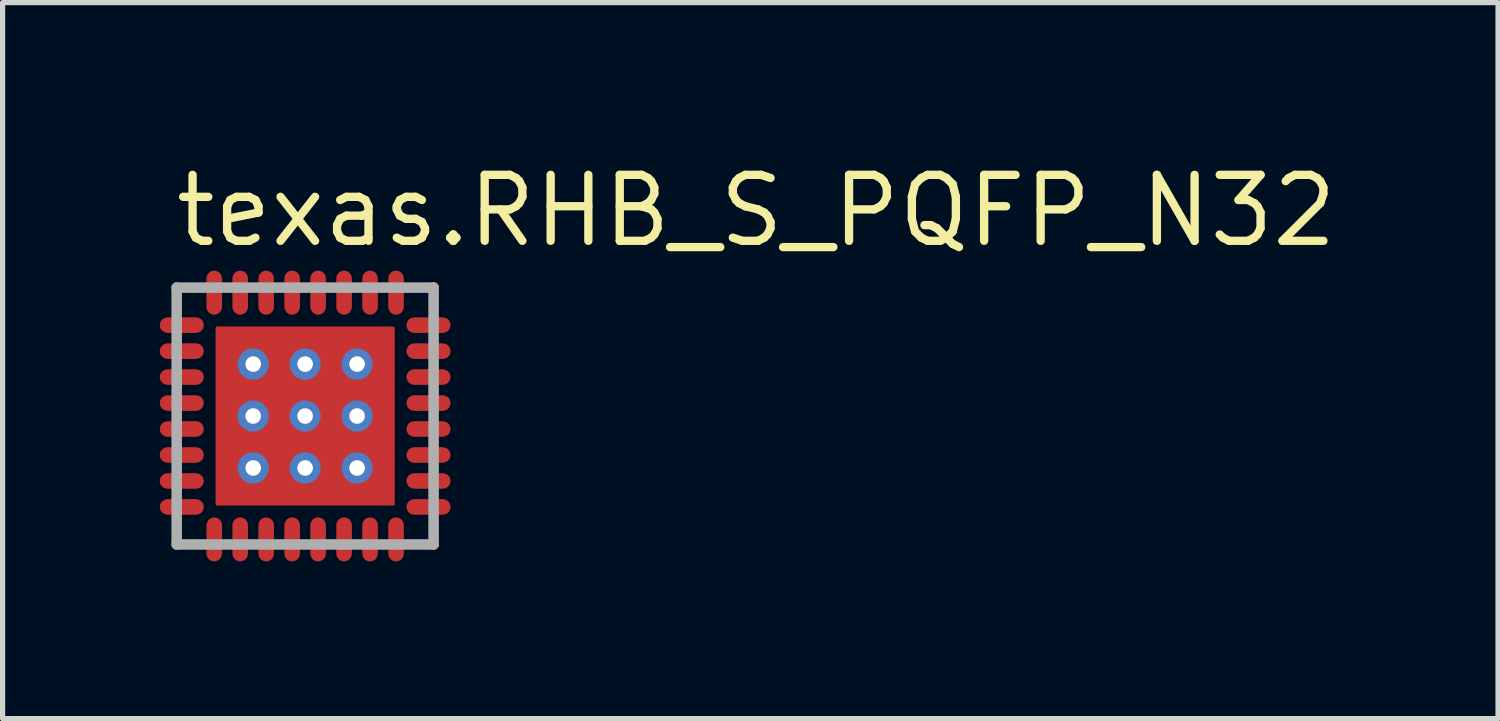
<source format=kicad_pcb>
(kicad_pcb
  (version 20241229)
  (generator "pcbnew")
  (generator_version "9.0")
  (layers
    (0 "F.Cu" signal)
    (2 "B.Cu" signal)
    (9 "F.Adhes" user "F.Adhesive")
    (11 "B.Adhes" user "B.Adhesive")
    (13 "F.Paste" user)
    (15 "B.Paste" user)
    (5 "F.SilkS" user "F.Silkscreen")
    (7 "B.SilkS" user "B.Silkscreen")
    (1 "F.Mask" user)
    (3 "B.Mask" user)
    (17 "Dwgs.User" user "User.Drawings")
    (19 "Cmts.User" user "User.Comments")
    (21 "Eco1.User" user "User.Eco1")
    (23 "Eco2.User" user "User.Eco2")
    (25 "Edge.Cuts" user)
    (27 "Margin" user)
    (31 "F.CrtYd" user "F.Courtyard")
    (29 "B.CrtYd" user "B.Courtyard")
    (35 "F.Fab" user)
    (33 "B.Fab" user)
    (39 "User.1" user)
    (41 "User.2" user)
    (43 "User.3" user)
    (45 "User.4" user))
  (footprint "texas.RHB_S_PQFP_N32"
    (layer "F.Cu")
    (at 2.825 4.96)
    (property "Reference" "texas.RHB_S_PQFP_N32" (at -2.575 -3.21 0) (layer "F.SilkS") (effects (font (size 1.27 1.27) (thickness 0.16)) (justify left bottom)))
    (attr smd)
    (fp_line (start -2.65 -1.75) (end -2.1 -1.75) (stroke (width 0.35) (type default)) (layer "F.Mask"))
    (fp_line (start -2.65 -1.25) (end -2.1 -1.25) (stroke (width 0.35) (type default)) (layer "F.Mask"))
    (fp_line (start -2.65 -0.75) (end -2.1 -0.75) (stroke (width 0.35) (type default)) (layer "F.Mask"))
    (fp_line (start -2.65 -0.25) (end -2.1 -0.25) (stroke (width 0.35) (type default)) (layer "F.Mask"))
    (fp_line (start -2.65 0.25) (end -2.1 0.25) (stroke (width 0.35) (type default)) (layer "F.Mask"))
    (fp_line (start -2.65 0.75) (end -2.1 0.75) (stroke (width 0.35) (type default)) (layer "F.Mask"))
    (fp_line (start -2.65 1.25) (end -2.1 1.25) (stroke (width 0.35) (type default)) (layer "F.Mask"))
    (fp_line (start -2.65 1.75) (end -2.1 1.75) (stroke (width 0.35) (type default)) (layer "F.Mask"))
    (fp_line (start -1.75 -2.65) (end -1.75 -2.1) (stroke (width 0.35) (type default)) (layer "F.Mask"))
    (fp_line (start -1.75 2.65) (end -1.75 2.1) (stroke (width 0.35) (type default)) (layer "F.Mask"))
    (fp_line (start -1.25 -2.65) (end -1.25 -2.1) (stroke (width 0.35) (type default)) (layer "F.Mask"))
    (fp_line (start -1.25 2.65) (end -1.25 2.1) (stroke (width 0.35) (type default)) (layer "F.Mask"))
    (fp_line (start -0.75 -2.65) (end -0.75 -2.1) (stroke (width 0.35) (type default)) (layer "F.Mask"))
    (fp_line (start -0.75 2.65) (end -0.75 2.1) (stroke (width 0.35) (type default)) (layer "F.Mask"))
    (fp_line (start -0.25 -2.65) (end -0.25 -2.1) (stroke (width 0.35) (type default)) (layer "F.Mask"))
    (fp_line (start -0.25 2.65) (end -0.25 2.1) (stroke (width 0.35) (type default)) (layer "F.Mask"))
    (fp_line (start 0.25 -2.65) (end 0.25 -2.1) (stroke (width 0.35) (type default)) (layer "F.Mask"))
    (fp_line (start 0.25 2.65) (end 0.25 2.1) (stroke (width 0.35) (type default)) (layer "F.Mask"))
    (fp_line (start 0.75 -2.65) (end 0.75 -2.1) (stroke (width 0.35) (type default)) (layer "F.Mask"))
    (fp_line (start 0.75 2.65) (end 0.75 2.1) (stroke (width 0.35) (type default)) (layer "F.Mask"))
    (fp_line (start 1.25 -2.65) (end 1.25 -2.1) (stroke (width 0.35) (type default)) (layer "F.Mask"))
    (fp_line (start 1.25 2.65) (end 1.25 2.1) (stroke (width 0.35) (type default)) (layer "F.Mask"))
    (fp_line (start 1.75 -2.65) (end 1.75 -2.1) (stroke (width 0.35) (type default)) (layer "F.Mask"))
    (fp_line (start 1.75 2.65) (end 1.75 2.1) (stroke (width 0.35) (type default)) (layer "F.Mask"))
    (fp_line (start 2.65 -1.75) (end 2.1 -1.75) (stroke (width 0.35) (type default)) (layer "F.Mask"))
    (fp_line (start 2.65 -1.25) (end 2.1 -1.25) (stroke (width 0.35) (type default)) (layer "F.Mask"))
    (fp_line (start 2.65 -0.75) (end 2.1 -0.75) (stroke (width 0.35) (type default)) (layer "F.Mask"))
    (fp_line (start 2.65 -0.25) (end 2.1 -0.25) (stroke (width 0.35) (type default)) (layer "F.Mask"))
    (fp_line (start 2.65 0.25) (end 2.1 0.25) (stroke (width 0.35) (type default)) (layer "F.Mask"))
    (fp_line (start 2.65 0.75) (end 2.1 0.75) (stroke (width 0.35) (type default)) (layer "F.Mask"))
    (fp_line (start 2.65 1.25) (end 2.1 1.25) (stroke (width 0.35) (type default)) (layer "F.Mask"))
    (fp_line (start 2.65 1.75) (end 2.1 1.75) (stroke (width 0.35) (type default)) (layer "F.Mask"))
    (fp_rect (start -1.75 1.75) (end 1.75 -1.75) (stroke (width 0.05) (type default)) (fill yes) (layer "F.Mask"))
    (fp_line (start -2.65 -1.75) (end -2.1 -1.75) (stroke (width 0.28) (type default)) (layer "F.Paste"))
    (fp_line (start -2.65 -1.25) (end -2.1 -1.25) (stroke (width 0.28) (type default)) (layer "F.Paste"))
    (fp_line (start -2.65 -0.75) (end -2.1 -0.75) (stroke (width 0.28) (type default)) (layer "F.Paste"))
    (fp_line (start -2.65 -0.25) (end -2.1 -0.25) (stroke (width 0.28) (type default)) (layer "F.Paste"))
    (fp_line (start -2.65 0.25) (end -2.1 0.25) (stroke (width 0.28) (type default)) (layer "F.Paste"))
    (fp_line (start -2.65 0.75) (end -2.1 0.75) (stroke (width 0.28) (type default)) (layer "F.Paste"))
    (fp_line (start -2.65 1.25) (end -2.1 1.25) (stroke (width 0.28) (type default)) (layer "F.Paste"))
    (fp_line (start -2.65 1.75) (end -2.1 1.75) (stroke (width 0.28) (type default)) (layer "F.Paste"))
    (fp_line (start -1.75 -2.65) (end -1.75 -2.1) (stroke (width 0.28) (type default)) (layer "F.Paste"))
    (fp_line (start -1.75 2.65) (end -1.75 2.1) (stroke (width 0.28) (type default)) (layer "F.Paste"))
    (fp_line (start -1.25 -2.65) (end -1.25 -2.1) (stroke (width 0.28) (type default)) (layer "F.Paste"))
    (fp_line (start -1.25 2.65) (end -1.25 2.1) (stroke (width 0.28) (type default)) (layer "F.Paste"))
    (fp_line (start -0.75 -2.65) (end -0.75 -2.1) (stroke (width 0.28) (type default)) (layer "F.Paste"))
    (fp_line (start -0.75 2.65) (end -0.75 2.1) (stroke (width 0.28) (type default)) (layer "F.Paste"))
    (fp_line (start -0.25 -2.65) (end -0.25 -2.1) (stroke (width 0.28) (type default)) (layer "F.Paste"))
    (fp_line (start -0.25 2.65) (end -0.25 2.1) (stroke (width 0.28) (type default)) (layer "F.Paste"))
    (fp_line (start 0.25 -2.65) (end 0.25 -2.1) (stroke (width 0.28) (type default)) (layer "F.Paste"))
    (fp_line (start 0.25 2.65) (end 0.25 2.1) (stroke (width 0.28) (type default)) (layer "F.Paste"))
    (fp_line (start 0.75 -2.65) (end 0.75 -2.1) (stroke (width 0.28) (type default)) (layer "F.Paste"))
    (fp_line (start 0.75 2.65) (end 0.75 2.1) (stroke (width 0.28) (type default)) (layer "F.Paste"))
    (fp_line (start 1.25 -2.65) (end 1.25 -2.1) (stroke (width 0.28) (type default)) (layer "F.Paste"))
    (fp_line (start 1.25 2.65) (end 1.25 2.1) (stroke (width 0.28) (type default)) (layer "F.Paste"))
    (fp_line (start 1.75 -2.65) (end 1.75 -2.1) (stroke (width 0.28) (type default)) (layer "F.Paste"))
    (fp_line (start 1.75 2.65) (end 1.75 2.1) (stroke (width 0.28) (type default)) (layer "F.Paste"))
    (fp_line (start 2.65 -1.75) (end 2.1 -1.75) (stroke (width 0.28) (type default)) (layer "F.Paste"))
    (fp_line (start 2.65 -1.25) (end 2.1 -1.25) (stroke (width 0.28) (type default)) (layer "F.Paste"))
    (fp_line (start 2.65 -0.75) (end 2.1 -0.75) (stroke (width 0.28) (type default)) (layer "F.Paste"))
    (fp_line (start 2.65 -0.25) (end 2.1 -0.25) (stroke (width 0.28) (type default)) (layer "F.Paste"))
    (fp_line (start 2.65 0.25) (end 2.1 0.25) (stroke (width 0.28) (type default)) (layer "F.Paste"))
    (fp_line (start 2.65 0.75) (end 2.1 0.75) (stroke (width 0.28) (type default)) (layer "F.Paste"))
    (fp_line (start 2.65 1.25) (end 2.1 1.25) (stroke (width 0.28) (type default)) (layer "F.Paste"))
    (fp_line (start 2.65 1.75) (end 2.1 1.75) (stroke (width 0.28) (type default)) (layer "F.Paste"))
    (fp_rect (start -1.6 -0.15) (end -0.15 -1.6) (stroke (width 0.05) (type default)) (fill yes) (layer "F.Paste"))
    (fp_rect (start -1.6 1.6) (end -0.15 0.15) (stroke (width 0.05) (type default)) (fill yes) (layer "F.Paste"))
    (fp_rect (start 0.15 -0.15) (end 1.6 -1.6) (stroke (width 0.05) (type default)) (fill yes) (layer "F.Paste"))
    (fp_rect (start 0.15 1.6) (end 1.6 0.15) (stroke (width 0.05) (type default)) (fill yes) (layer "F.Paste"))
    (fp_line (start -2.473 -2.473) (end -2.473 2.473) (stroke (width 0.203) (type default)) (layer "F.Fab"))
    (fp_line (start -2.473 2.473) (end 2.473 2.473) (stroke (width 0.203) (type default)) (layer "F.Fab"))
    (fp_line (start 2.473 -2.473) (end -2.473 -2.473) (stroke (width 0.203) (type default)) (layer "F.Fab"))
    (fp_line (start 2.473 2.473) (end 2.473 -2.473) (stroke (width 0.203) (type default)) (layer "F.Fab"))
    (pad "1" smd roundrect (at -2.375 -1.75) (size 0.85 0.3) (layers "F.Cu" "F.Mask" "F.Paste") (roundrect_rratio 0.5))
    (pad "2" smd roundrect (at -2.375 -1.25) (size 0.85 0.3) (layers "F.Cu" "F.Mask" "F.Paste") (roundrect_rratio 0.5))
    (pad "3" smd roundrect (at -2.375 -0.75) (size 0.85 0.3) (layers "F.Cu" "F.Mask" "F.Paste") (roundrect_rratio 0.5))
    (pad "4" smd roundrect (at -2.375 -0.25) (size 0.85 0.3) (layers "F.Cu" "F.Mask" "F.Paste") (roundrect_rratio 0.5))
    (pad "5" smd roundrect (at -2.375 0.25) (size 0.85 0.3) (layers "F.Cu" "F.Mask" "F.Paste") (roundrect_rratio 0.5))
    (pad "6" smd roundrect (at -2.375 0.75) (size 0.85 0.3) (layers "F.Cu" "F.Mask" "F.Paste") (roundrect_rratio 0.5))
    (pad "7" smd roundrect (at -2.375 1.25) (size 0.85 0.3) (layers "F.Cu" "F.Mask" "F.Paste") (roundrect_rratio 0.5))
    (pad "8" smd roundrect (at -2.375 1.75) (size 0.85 0.3) (layers "F.Cu" "F.Mask" "F.Paste") (roundrect_rratio 0.5))
    (pad "9" smd roundrect (at -1.75 2.375) (size 0.3 0.85) (layers "F.Cu" "F.Mask" "F.Paste") (roundrect_rratio 0.5))
    (pad "10" smd roundrect (at -1.25 2.375) (size 0.3 0.85) (layers "F.Cu" "F.Mask" "F.Paste") (roundrect_rratio 0.5))
    (pad "11" smd roundrect (at -0.75 2.375) (size 0.3 0.85) (layers "F.Cu" "F.Mask" "F.Paste") (roundrect_rratio 0.5))
    (pad "12" smd roundrect (at -0.25 2.375) (size 0.3 0.85) (layers "F.Cu" "F.Mask" "F.Paste") (roundrect_rratio 0.5))
    (pad "13" smd roundrect (at 0.25 2.375) (size 0.3 0.85) (layers "F.Cu" "F.Mask" "F.Paste") (roundrect_rratio 0.5))
    (pad "14" smd roundrect (at 0.75 2.375) (size 0.3 0.85) (layers "F.Cu" "F.Mask" "F.Paste") (roundrect_rratio 0.5))
    (pad "15" smd roundrect (at 1.25 2.375) (size 0.3 0.85) (layers "F.Cu" "F.Mask" "F.Paste") (roundrect_rratio 0.5))
    (pad "16" smd roundrect (at 1.75 2.375) (size 0.3 0.85) (layers "F.Cu" "F.Mask" "F.Paste") (roundrect_rratio 0.5))
    (pad "17" smd roundrect (at 2.375 1.75) (size 0.85 0.3) (layers "F.Cu" "F.Mask" "F.Paste") (roundrect_rratio 0.5))
    (pad "18" smd roundrect (at 2.375 1.25) (size 0.85 0.3) (layers "F.Cu" "F.Mask" "F.Paste") (roundrect_rratio 0.5))
    (pad "19" smd roundrect (at 2.375 0.75) (size 0.85 0.3) (layers "F.Cu" "F.Mask" "F.Paste") (roundrect_rratio 0.5))
    (pad "20" smd roundrect (at 2.375 0.25) (size 0.85 0.3) (layers "F.Cu" "F.Mask" "F.Paste") (roundrect_rratio 0.5))
    (pad "21" smd roundrect (at 2.375 -0.25) (size 0.85 0.3) (layers "F.Cu" "F.Mask" "F.Paste") (roundrect_rratio 0.5))
    (pad "22" smd roundrect (at 2.375 -0.75) (size 0.85 0.3) (layers "F.Cu" "F.Mask" "F.Paste") (roundrect_rratio 0.5))
    (pad "23" smd roundrect (at 2.375 -1.25) (size 0.85 0.3) (layers "F.Cu" "F.Mask" "F.Paste") (roundrect_rratio 0.5))
    (pad "24" smd roundrect (at 2.375 -1.75) (size 0.85 0.3) (layers "F.Cu" "F.Mask" "F.Paste") (roundrect_rratio 0.5))
    (pad "25" smd roundrect (at 1.75 -2.375) (size 0.3 0.85) (layers "F.Cu" "F.Mask" "F.Paste") (roundrect_rratio 0.5))
    (pad "26" smd roundrect (at 1.25 -2.375) (size 0.3 0.85) (layers "F.Cu" "F.Mask" "F.Paste") (roundrect_rratio 0.5))
    (pad "27" smd roundrect (at 0.75 -2.375) (size 0.3 0.85) (layers "F.Cu" "F.Mask" "F.Paste") (roundrect_rratio 0.5))
    (pad "28" smd roundrect (at 0.25 -2.375) (size 0.3 0.85) (layers "F.Cu" "F.Mask" "F.Paste") (roundrect_rratio 0.5))
    (pad "29" smd roundrect (at -0.25 -2.375) (size 0.3 0.85) (layers "F.Cu" "F.Mask" "F.Paste") (roundrect_rratio 0.5))
    (pad "30" smd roundrect (at -0.75 -2.375) (size 0.3 0.85) (layers "F.Cu" "F.Mask" "F.Paste") (roundrect_rratio 0.5))
    (pad "31" smd roundrect (at -1.25 -2.375) (size 0.3 0.85) (layers "F.Cu" "F.Mask" "F.Paste") (roundrect_rratio 0.5))
    (pad "32" smd roundrect (at -1.75 -2.375) (size 0.3 0.85) (layers "F.Cu" "F.Mask" "F.Paste") (roundrect_rratio 0.5))
    (pad "EXP" smd roundrect (at 0 0) (size 3.45 3.45) (layers "F.Cu" "F.Mask" "F.Paste") (roundrect_rratio 0.01))
    (pad "EXP@1" thru_hole circle (at -1 -1) (size 0.6 0.6) (drill 0.3) (layers "*.Cu" "*.Mask"))
    (pad "EXP@2" thru_hole circle (at 0 -1) (size 0.6 0.6) (drill 0.3) (layers "*.Cu" "*.Mask"))
    (pad "EXP@3" thru_hole circle (at 1 -1) (size 0.6 0.6) (drill 0.3) (layers "*.Cu" "*.Mask"))
    (pad "EXP@4" thru_hole circle (at -1 0) (size 0.6 0.6) (drill 0.3) (layers "*.Cu" "*.Mask"))
    (pad "EXP@5" thru_hole circle (at 0 0) (size 0.6 0.6) (drill 0.3) (layers "*.Cu" "*.Mask"))
    (pad "EXP@6" thru_hole circle (at 1 0) (size 0.6 0.6) (drill 0.3) (layers "*.Cu" "*.Mask"))
    (pad "EXP@7" thru_hole circle (at -1 1) (size 0.6 0.6) (drill 0.3) (layers "*.Cu" "*.Mask"))
    (pad "EXP@8" thru_hole circle (at 0 1) (size 0.6 0.6) (drill 0.3) (layers "*.Cu" "*.Mask"))
    (pad "EXP@9" thru_hole circle (at 1 1) (size 0.6 0.6) (drill 0.3) (layers "*.Cu" "*.Mask")))
  (gr_rect
    (start -3 -3)
    (end 25.792 10.785)
    (stroke (width 0.1) (type default))
    (fill no)
    (layer "Edge.Cuts")))
</source>
